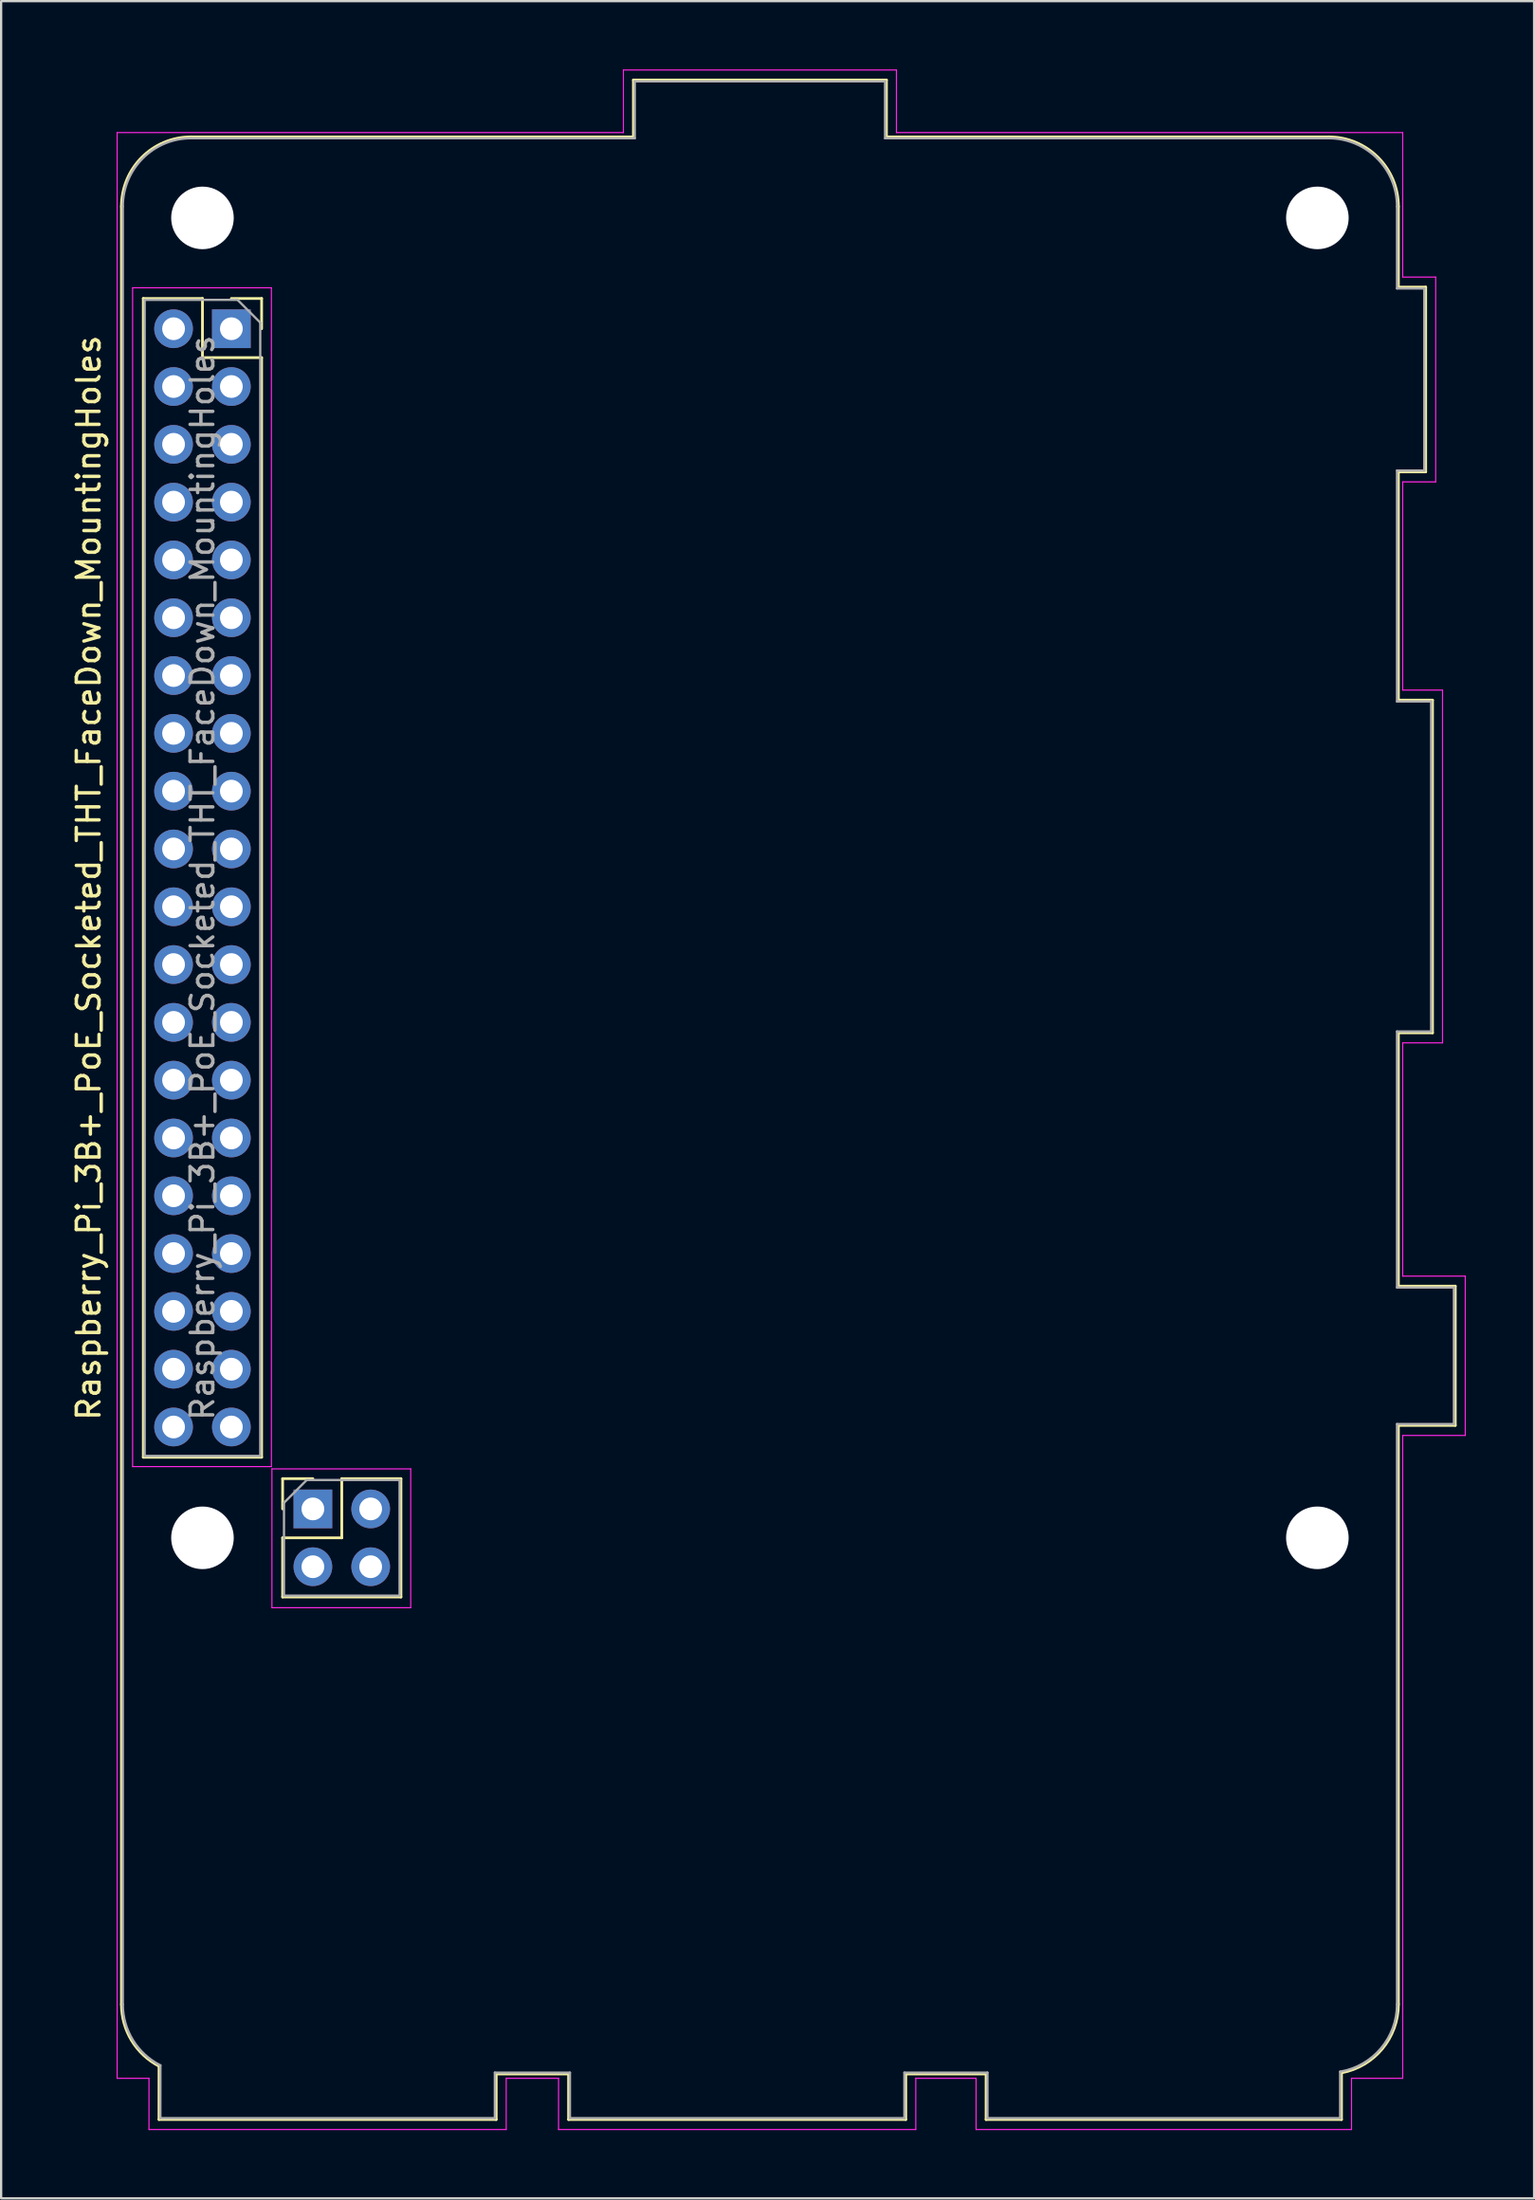
<source format=kicad_pcb>
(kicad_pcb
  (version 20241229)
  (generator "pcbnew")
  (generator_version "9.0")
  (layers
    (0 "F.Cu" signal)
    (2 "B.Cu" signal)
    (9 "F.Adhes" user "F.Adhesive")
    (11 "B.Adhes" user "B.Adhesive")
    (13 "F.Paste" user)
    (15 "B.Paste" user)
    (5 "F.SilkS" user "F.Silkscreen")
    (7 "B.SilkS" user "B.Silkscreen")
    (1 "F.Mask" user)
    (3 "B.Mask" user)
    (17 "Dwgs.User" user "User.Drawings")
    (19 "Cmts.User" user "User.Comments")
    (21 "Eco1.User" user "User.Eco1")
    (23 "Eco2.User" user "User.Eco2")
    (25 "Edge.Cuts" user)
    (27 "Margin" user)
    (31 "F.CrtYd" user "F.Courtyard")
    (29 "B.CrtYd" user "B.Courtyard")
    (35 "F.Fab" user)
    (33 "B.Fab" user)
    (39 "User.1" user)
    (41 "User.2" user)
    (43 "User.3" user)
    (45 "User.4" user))
  (footprint "Raspberry_Pi_3B+_PoE_Socketed_THT_FaceDown_MountingHoles"
    (layer "F.Cu")
    (at 7.118 11.395)
    (property "Reference" "Raspberry_Pi_3B+_PoE_Socketed_THT_FaceDown_MountingHoles" (at -6.27 24.13 90) (layer "F.SilkS") (effects (font (size 1 1) (thickness 0.15))))
    (attr through_hole)
    (fp_line (start -4.83 73.63) (end -4.83 -5.37) (stroke (width 0.12) (type solid)) (layer "F.SilkS"))
    (fp_line (start -3.87 -1.33) (end -3.87 49.59) (stroke (width 0.12) (type solid)) (layer "F.SilkS"))
    (fp_line (start -3.87 -1.33) (end -1.27 -1.33) (stroke (width 0.12) (type solid)) (layer "F.SilkS"))
    (fp_line (start -3.87 49.59) (end 1.33 49.59) (stroke (width 0.12) (type solid)) (layer "F.SilkS"))
    (fp_line (start -3.18 78.69) (end -3.178 76.347) (stroke (width 0.12) (type solid)) (layer "F.SilkS"))
    (fp_line (start -1.77 -8.43) (end 17.67 -8.43) (stroke (width 0.12) (type solid)) (layer "F.SilkS"))
    (fp_line (start -1.27 -1.33) (end -1.27 1.27) (stroke (width 0.12) (type solid)) (layer "F.SilkS"))
    (fp_line (start -1.27 1.27) (end 1.33 1.27) (stroke (width 0.12) (type solid)) (layer "F.SilkS"))
    (fp_line (start 0 -1.33) (end 1.33 -1.33) (stroke (width 0.12) (type solid)) (layer "F.SilkS"))
    (fp_line (start 1.33 -1.33) (end 1.33 0) (stroke (width 0.12) (type solid)) (layer "F.SilkS"))
    (fp_line (start 1.33 1.27) (end 1.33 49.59) (stroke (width 0.12) (type solid)) (layer "F.SilkS"))
    (fp_line (start 2.253 50.53) (end 3.583 50.53) (stroke (width 0.12) (type solid)) (layer "F.SilkS"))
    (fp_line (start 2.253 51.86) (end 2.253 50.53) (stroke (width 0.12) (type solid)) (layer "F.SilkS"))
    (fp_line (start 2.253 53.13) (end 4.853 53.13) (stroke (width 0.12) (type solid)) (layer "F.SilkS"))
    (fp_line (start 2.253 55.73) (end 2.253 53.13) (stroke (width 0.12) (type solid)) (layer "F.SilkS"))
    (fp_line (start 2.253 55.73) (end 7.453 55.73) (stroke (width 0.12) (type solid)) (layer "F.SilkS"))
    (fp_line (start 4.853 50.53) (end 7.453 50.53) (stroke (width 0.12) (type solid)) (layer "F.SilkS"))
    (fp_line (start 4.853 53.13) (end 4.853 50.53) (stroke (width 0.12) (type solid)) (layer "F.SilkS"))
    (fp_line (start 7.453 55.73) (end 7.453 50.53) (stroke (width 0.12) (type solid)) (layer "F.SilkS"))
    (fp_line (start 11.64 76.69) (end 11.64 78.69) (stroke (width 0.12) (type solid)) (layer "F.SilkS"))
    (fp_line (start 11.64 78.69) (end -3.18 78.69) (stroke (width 0.12) (type solid)) (layer "F.SilkS"))
    (fp_line (start 14.82 76.69) (end 11.64 76.69) (stroke (width 0.12) (type solid)) (layer "F.SilkS"))
    (fp_line (start 14.82 78.69) (end 14.82 76.69) (stroke (width 0.12) (type solid)) (layer "F.SilkS"))
    (fp_line (start 17.67 -10.93) (end 17.67 -8.43) (stroke (width 0.12) (type solid)) (layer "F.SilkS"))
    (fp_line (start 28.79 -10.93) (end 17.67 -10.93) (stroke (width 0.12) (type solid)) (layer "F.SilkS"))
    (fp_line (start 28.79 -8.43) (end 28.79 -10.93) (stroke (width 0.12) (type solid)) (layer "F.SilkS"))
    (fp_line (start 29.64 76.69) (end 29.64 78.69) (stroke (width 0.12) (type solid)) (layer "F.SilkS"))
    (fp_line (start 29.64 78.69) (end 14.82 78.69) (stroke (width 0.12) (type solid)) (layer "F.SilkS"))
    (fp_line (start 33.17 76.69) (end 29.64 76.69) (stroke (width 0.12) (type solid)) (layer "F.SilkS"))
    (fp_line (start 33.17 78.69) (end 33.17 76.69) (stroke (width 0.12) (type solid)) (layer "F.SilkS"))
    (fp_line (start 48.23 -8.43) (end 28.79 -8.43) (stroke (width 0.12) (type solid)) (layer "F.SilkS"))
    (fp_line (start 48.79 78.69) (end 33.17 78.69) (stroke (width 0.12) (type solid)) (layer "F.SilkS"))
    (fp_line (start 48.79 78.69) (end 48.79 76.638) (stroke (width 0.12) (type solid)) (layer "F.SilkS"))
    (fp_line (start 51.29 -5.37) (end 51.29 -1.83) (stroke (width 0.12) (type solid)) (layer "F.SilkS"))
    (fp_line (start 51.29 -1.83) (end 52.49 -1.83) (stroke (width 0.12) (type solid)) (layer "F.SilkS"))
    (fp_line (start 51.29 6.29) (end 51.29 16.32) (stroke (width 0.12) (type solid)) (layer "F.SilkS"))
    (fp_line (start 51.29 16.32) (end 52.79 16.32) (stroke (width 0.12) (type solid)) (layer "F.SilkS"))
    (fp_line (start 51.29 30.94) (end 51.29 42.07) (stroke (width 0.12) (type solid)) (layer "F.SilkS"))
    (fp_line (start 51.29 42.07) (end 53.79 42.07) (stroke (width 0.12) (type solid)) (layer "F.SilkS"))
    (fp_line (start 51.29 48.19) (end 51.29 73.63) (stroke (width 0.12) (type solid)) (layer "F.SilkS"))
    (fp_line (start 52.49 -1.83) (end 52.49 6.29) (stroke (width 0.12) (type solid)) (layer "F.SilkS"))
    (fp_line (start 52.49 6.29) (end 51.29 6.29) (stroke (width 0.12) (type solid)) (layer "F.SilkS"))
    (fp_line (start 52.79 16.32) (end 52.79 30.94) (stroke (width 0.12) (type solid)) (layer "F.SilkS"))
    (fp_line (start 52.79 30.94) (end 51.29 30.94) (stroke (width 0.12) (type solid)) (layer "F.SilkS"))
    (fp_line (start 53.79 42.07) (end 53.79 48.19) (stroke (width 0.12) (type solid)) (layer "F.SilkS"))
    (fp_line (start 53.79 48.19) (end 51.29 48.19) (stroke (width 0.12) (type solid)) (layer "F.SilkS"))
    (fp_arc (start -4.83 -5.37) (mid -3.933747 -7.533747) (end -1.77 -8.43) (stroke (width 0.12) (type solid)) (layer "F.SilkS"))
    (fp_arc (start -3.178211 76.346715) (mid -4.384644 75.219728) (end -4.83 73.63) (stroke (width 0.12) (type solid)) (layer "F.SilkS"))
    (fp_arc (start 48.23 -8.43) (mid 50.393747 -7.533747) (end 51.29 -5.37) (stroke (width 0.12) (type solid)) (layer "F.SilkS"))
    (fp_arc (start 51.29 73.63) (mid 50.583325 75.585879) (end 48.789698 76.638378) (stroke (width 0.12) (type solid)) (layer "F.SilkS"))
    (fp_line (start -5.02 -8.62) (end 17.23 -8.62) (stroke (width 0.05) (type solid)) (layer "F.CrtYd"))
    (fp_line (start -5.02 76.88) (end -5.02 -8.62) (stroke (width 0.05) (type solid)) (layer "F.CrtYd"))
    (fp_line (start -4.34 -1.8) (end 1.76 -1.8) (stroke (width 0.05) (type solid)) (layer "F.CrtYd"))
    (fp_line (start -4.34 50) (end -4.34 -1.8) (stroke (width 0.05) (type solid)) (layer "F.CrtYd"))
    (fp_line (start -3.62 76.88) (end -5.02 76.88) (stroke (width 0.05) (type solid)) (layer "F.CrtYd"))
    (fp_line (start -3.62 79.13) (end -3.62 76.88) (stroke (width 0.05) (type solid)) (layer "F.CrtYd"))
    (fp_line (start 1.76 -1.8) (end 1.76 50) (stroke (width 0.05) (type solid)) (layer "F.CrtYd"))
    (fp_line (start 1.76 50) (end -4.34 50) (stroke (width 0.05) (type solid)) (layer "F.CrtYd"))
    (fp_line (start 1.783 50.1) (end 7.883 50.1) (stroke (width 0.05) (type solid)) (layer "F.CrtYd"))
    (fp_line (start 1.783 56.2) (end 1.783 50.1) (stroke (width 0.05) (type solid)) (layer "F.CrtYd"))
    (fp_line (start 7.883 50.1) (end 7.883 56.2) (stroke (width 0.05) (type solid)) (layer "F.CrtYd"))
    (fp_line (start 7.883 56.2) (end 1.783 56.2) (stroke (width 0.05) (type solid)) (layer "F.CrtYd"))
    (fp_line (start 12.08 76.88) (end 12.08 79.13) (stroke (width 0.05) (type solid)) (layer "F.CrtYd"))
    (fp_line (start 12.08 79.13) (end -3.62 79.13) (stroke (width 0.05) (type solid)) (layer "F.CrtYd"))
    (fp_line (start 14.38 76.88) (end 12.08 76.88) (stroke (width 0.05) (type solid)) (layer "F.CrtYd"))
    (fp_line (start 14.38 79.13) (end 14.38 76.88) (stroke (width 0.05) (type solid)) (layer "F.CrtYd"))
    (fp_line (start 17.23 -11.37) (end 29.23 -11.37) (stroke (width 0.05) (type solid)) (layer "F.CrtYd"))
    (fp_line (start 17.23 -8.62) (end 17.23 -11.37) (stroke (width 0.05) (type solid)) (layer "F.CrtYd"))
    (fp_line (start 29.23 -11.37) (end 29.23 -8.62) (stroke (width 0.05) (type solid)) (layer "F.CrtYd"))
    (fp_line (start 29.23 -8.62) (end 51.48 -8.62) (stroke (width 0.05) (type solid)) (layer "F.CrtYd"))
    (fp_line (start 30.08 76.88) (end 30.08 79.13) (stroke (width 0.05) (type solid)) (layer "F.CrtYd"))
    (fp_line (start 30.08 79.13) (end 14.38 79.13) (stroke (width 0.05) (type solid)) (layer "F.CrtYd"))
    (fp_line (start 32.73 76.88) (end 30.08 76.88) (stroke (width 0.05) (type solid)) (layer "F.CrtYd"))
    (fp_line (start 32.73 79.13) (end 32.73 76.88) (stroke (width 0.05) (type solid)) (layer "F.CrtYd"))
    (fp_line (start 49.23 76.88) (end 49.23 79.13) (stroke (width 0.05) (type solid)) (layer "F.CrtYd"))
    (fp_line (start 49.23 79.13) (end 32.73 79.13) (stroke (width 0.05) (type solid)) (layer "F.CrtYd"))
    (fp_line (start 51.48 -8.62) (end 51.48 -2.27) (stroke (width 0.05) (type solid)) (layer "F.CrtYd"))
    (fp_line (start 51.48 -2.27) (end 52.93 -2.27) (stroke (width 0.05) (type solid)) (layer "F.CrtYd"))
    (fp_line (start 51.48 6.73) (end 51.48 15.88) (stroke (width 0.05) (type solid)) (layer "F.CrtYd"))
    (fp_line (start 51.48 15.88) (end 53.23 15.88) (stroke (width 0.05) (type solid)) (layer "F.CrtYd"))
    (fp_line (start 51.48 31.38) (end 51.48 41.63) (stroke (width 0.05) (type solid)) (layer "F.CrtYd"))
    (fp_line (start 51.48 41.63) (end 54.23 41.63) (stroke (width 0.05) (type solid)) (layer "F.CrtYd"))
    (fp_line (start 51.48 48.63) (end 51.48 76.88) (stroke (width 0.05) (type solid)) (layer "F.CrtYd"))
    (fp_line (start 51.48 76.88) (end 49.23 76.88) (stroke (width 0.05) (type solid)) (layer "F.CrtYd"))
    (fp_line (start 52.93 -2.27) (end 52.93 6.73) (stroke (width 0.05) (type solid)) (layer "F.CrtYd"))
    (fp_line (start 52.93 6.73) (end 51.48 6.73) (stroke (width 0.05) (type solid)) (layer "F.CrtYd"))
    (fp_line (start 53.23 15.88) (end 53.23 31.38) (stroke (width 0.05) (type solid)) (layer "F.CrtYd"))
    (fp_line (start 53.23 31.38) (end 51.48 31.38) (stroke (width 0.05) (type solid)) (layer "F.CrtYd"))
    (fp_line (start 54.23 41.63) (end 54.23 48.63) (stroke (width 0.05) (type solid)) (layer "F.CrtYd"))
    (fp_line (start 54.23 48.63) (end 51.48 48.63) (stroke (width 0.05) (type solid)) (layer "F.CrtYd"))
    (fp_line (start -4.77 73.63) (end -4.77 -5.37) (stroke (width 0.1) (type solid)) (layer "F.Fab"))
    (fp_line (start -3.81 -1.27) (end 0.27 -1.27) (stroke (width 0.1) (type solid)) (layer "F.Fab"))
    (fp_line (start -3.81 49.53) (end -3.81 -1.27) (stroke (width 0.1) (type solid)) (layer "F.Fab"))
    (fp_line (start -3.12 78.63) (end 11.58 78.63) (stroke (width 0.1) (type solid)) (layer "F.Fab"))
    (fp_line (start -3.118 76.31) (end -3.12 78.63) (stroke (width 0.1) (type solid)) (layer "F.Fab"))
    (fp_line (start -1.77 -8.37) (end 17.73 -8.37) (stroke (width 0.1) (type solid)) (layer "F.Fab"))
    (fp_line (start 0.27 -1.27) (end 1.27 -0.27) (stroke (width 0.1) (type solid)) (layer "F.Fab"))
    (fp_line (start 1.27 -0.27) (end 1.27 49.53) (stroke (width 0.1) (type solid)) (layer "F.Fab"))
    (fp_line (start 1.27 49.53) (end -3.81 49.53) (stroke (width 0.1) (type solid)) (layer "F.Fab"))
    (fp_line (start 2.313 51.59) (end 3.313 50.59) (stroke (width 0.1) (type solid)) (layer "F.Fab"))
    (fp_line (start 2.313 55.67) (end 2.313 51.59) (stroke (width 0.1) (type solid)) (layer "F.Fab"))
    (fp_line (start 3.313 50.59) (end 7.393 50.59) (stroke (width 0.1) (type solid)) (layer "F.Fab"))
    (fp_line (start 7.393 50.59) (end 7.393 55.67) (stroke (width 0.1) (type solid)) (layer "F.Fab"))
    (fp_line (start 7.393 55.67) (end 2.313 55.67) (stroke (width 0.1) (type solid)) (layer "F.Fab"))
    (fp_line (start 11.58 76.63) (end 14.88 76.63) (stroke (width 0.1) (type solid)) (layer "F.Fab"))
    (fp_line (start 11.58 78.63) (end 11.58 76.63) (stroke (width 0.1) (type solid)) (layer "F.Fab"))
    (fp_line (start 14.88 76.63) (end 14.88 78.63) (stroke (width 0.1) (type solid)) (layer "F.Fab"))
    (fp_line (start 14.88 78.63) (end 29.58 78.63) (stroke (width 0.1) (type solid)) (layer "F.Fab"))
    (fp_line (start 17.73 -10.87) (end 17.73 -8.37) (stroke (width 0.1) (type solid)) (layer "F.Fab"))
    (fp_line (start 28.73 -10.87) (end 17.73 -10.87) (stroke (width 0.1) (type solid)) (layer "F.Fab"))
    (fp_line (start 28.73 -8.37) (end 28.73 -10.87) (stroke (width 0.1) (type solid)) (layer "F.Fab"))
    (fp_line (start 29.58 76.63) (end 33.23 76.63) (stroke (width 0.1) (type solid)) (layer "F.Fab"))
    (fp_line (start 29.58 78.63) (end 29.58 76.63) (stroke (width 0.1) (type solid)) (layer "F.Fab"))
    (fp_line (start 33.23 76.63) (end 33.23 78.63) (stroke (width 0.1) (type solid)) (layer "F.Fab"))
    (fp_line (start 33.23 78.63) (end 48.73 78.63) (stroke (width 0.1) (type solid)) (layer "F.Fab"))
    (fp_line (start 48.23 -8.37) (end 28.73 -8.37) (stroke (width 0.1) (type solid)) (layer "F.Fab"))
    (fp_line (start 48.73 78.63) (end 48.73 76.588) (stroke (width 0.1) (type solid)) (layer "F.Fab"))
    (fp_line (start 51.23 -5.37) (end 51.23 -1.77) (stroke (width 0.1) (type solid)) (layer "F.Fab"))
    (fp_line (start 51.23 -1.77) (end 52.43 -1.77) (stroke (width 0.1) (type solid)) (layer "F.Fab"))
    (fp_line (start 51.23 6.23) (end 51.23 16.38) (stroke (width 0.1) (type solid)) (layer "F.Fab"))
    (fp_line (start 51.23 16.38) (end 52.73 16.38) (stroke (width 0.1) (type solid)) (layer "F.Fab"))
    (fp_line (start 51.23 30.88) (end 51.23 42.13) (stroke (width 0.1) (type solid)) (layer "F.Fab"))
    (fp_line (start 51.23 42.13) (end 53.73 42.13) (stroke (width 0.1) (type solid)) (layer "F.Fab"))
    (fp_line (start 51.23 48.13) (end 51.23 73.63) (stroke (width 0.1) (type solid)) (layer "F.Fab"))
    (fp_line (start 52.43 -1.77) (end 52.43 6.23) (stroke (width 0.1) (type solid)) (layer "F.Fab"))
    (fp_line (start 52.43 6.23) (end 51.23 6.23) (stroke (width 0.1) (type solid)) (layer "F.Fab"))
    (fp_line (start 52.73 16.38) (end 52.73 30.88) (stroke (width 0.1) (type solid)) (layer "F.Fab"))
    (fp_line (start 52.73 30.88) (end 51.23 30.88) (stroke (width 0.1) (type solid)) (layer "F.Fab"))
    (fp_line (start 53.73 42.13) (end 53.73 48.13) (stroke (width 0.1) (type solid)) (layer "F.Fab"))
    (fp_line (start 53.73 48.13) (end 51.23 48.13) (stroke (width 0.1) (type solid)) (layer "F.Fab"))
    (fp_arc (start -4.77 -5.37) (mid -3.89132 -7.49132) (end -1.77 -8.37) (stroke (width 0.1) (type solid)) (layer "F.Fab"))
    (fp_arc (start -3.117957 76.310114) (mid -4.323808 75.204187) (end -4.77 73.63) (stroke (width 0.1) (type solid)) (layer "F.Fab"))
    (fp_arc (start 48.23 -8.37) (mid 50.35132 -7.49132) (end 51.23 -5.37) (stroke (width 0.1) (type solid)) (layer "F.Fab"))
    (fp_arc (start 51.23 73.63) (mid 50.521388 75.566373) (end 48.730306 76.587988) (stroke (width 0.1) (type solid)) (layer "F.Fab"))
    (fp_text user "${REFERENCE}" (at -1.27 24.13 90) (layer "F.Fab") (effects (font (size 1 1) (thickness 0.15))))
    (pad "" np_thru_hole circle (at -1.27 -4.87 90) (size 2.75 2.75) (drill 2.75) (layers "*.Cu" "*.Mask"))
    (pad "" np_thru_hole circle (at -1.27 53.13 90) (size 2.75 2.75) (drill 2.75) (layers "*.Cu" "*.Mask"))
    (pad "" np_thru_hole circle (at 47.73 -4.87 90) (size 2.75 2.75) (drill 2.75) (layers "*.Cu" "*.Mask"))
    (pad "" np_thru_hole circle (at 47.73 53.13 90) (size 2.75 2.75) (drill 2.75) (layers "*.Cu" "*.Mask"))
    (pad "1" thru_hole rect (at 0 0) (size 1.7 1.7) (drill 1) (layers "*.Cu" "*.Mask"))
    (pad "2" thru_hole oval (at -2.54 0) (size 1.7 1.7) (drill 1) (layers "*.Cu" "*.Mask"))
    (pad "3" thru_hole oval (at 0 2.54) (size 1.7 1.7) (drill 1) (layers "*.Cu" "*.Mask"))
    (pad "4" thru_hole oval (at -2.54 2.54) (size 1.7 1.7) (drill 1) (layers "*.Cu" "*.Mask"))
    (pad "5" thru_hole oval (at 0 5.08) (size 1.7 1.7) (drill 1) (layers "*.Cu" "*.Mask"))
    (pad "6" thru_hole oval (at -2.54 5.08) (size 1.7 1.7) (drill 1) (layers "*.Cu" "*.Mask"))
    (pad "7" thru_hole oval (at 0 7.62) (size 1.7 1.7) (drill 1) (layers "*.Cu" "*.Mask"))
    (pad "8" thru_hole oval (at -2.54 7.62) (size 1.7 1.7) (drill 1) (layers "*.Cu" "*.Mask"))
    (pad "9" thru_hole oval (at 0 10.16) (size 1.7 1.7) (drill 1) (layers "*.Cu" "*.Mask"))
    (pad "10" thru_hole oval (at -2.54 10.16) (size 1.7 1.7) (drill 1) (layers "*.Cu" "*.Mask"))
    (pad "11" thru_hole oval (at 0 12.7) (size 1.7 1.7) (drill 1) (layers "*.Cu" "*.Mask"))
    (pad "12" thru_hole oval (at -2.54 12.7) (size 1.7 1.7) (drill 1) (layers "*.Cu" "*.Mask"))
    (pad "13" thru_hole oval (at 0 15.24) (size 1.7 1.7) (drill 1) (layers "*.Cu" "*.Mask"))
    (pad "14" thru_hole oval (at -2.54 15.24) (size 1.7 1.7) (drill 1) (layers "*.Cu" "*.Mask"))
    (pad "15" thru_hole oval (at 0 17.78) (size 1.7 1.7) (drill 1) (layers "*.Cu" "*.Mask"))
    (pad "16" thru_hole oval (at -2.54 17.78) (size 1.7 1.7) (drill 1) (layers "*.Cu" "*.Mask"))
    (pad "17" thru_hole oval (at 0 20.32) (size 1.7 1.7) (drill 1) (layers "*.Cu" "*.Mask"))
    (pad "18" thru_hole oval (at -2.54 20.32) (size 1.7 1.7) (drill 1) (layers "*.Cu" "*.Mask"))
    (pad "19" thru_hole oval (at 0 22.86) (size 1.7 1.7) (drill 1) (layers "*.Cu" "*.Mask"))
    (pad "20" thru_hole oval (at -2.54 22.86) (size 1.7 1.7) (drill 1) (layers "*.Cu" "*.Mask"))
    (pad "21" thru_hole oval (at 0 25.4) (size 1.7 1.7) (drill 1) (layers "*.Cu" "*.Mask"))
    (pad "22" thru_hole oval (at -2.54 25.4) (size 1.7 1.7) (drill 1) (layers "*.Cu" "*.Mask"))
    (pad "23" thru_hole oval (at 0 27.94) (size 1.7 1.7) (drill 1) (layers "*.Cu" "*.Mask"))
    (pad "24" thru_hole oval (at -2.54 27.94) (size 1.7 1.7) (drill 1) (layers "*.Cu" "*.Mask"))
    (pad "25" thru_hole oval (at 0 30.48) (size 1.7 1.7) (drill 1) (layers "*.Cu" "*.Mask"))
    (pad "26" thru_hole oval (at -2.54 30.48) (size 1.7 1.7) (drill 1) (layers "*.Cu" "*.Mask"))
    (pad "27" thru_hole oval (at 0 33.02) (size 1.7 1.7) (drill 1) (layers "*.Cu" "*.Mask"))
    (pad "28" thru_hole oval (at -2.54 33.02) (size 1.7 1.7) (drill 1) (layers "*.Cu" "*.Mask"))
    (pad "29" thru_hole oval (at 0 35.56) (size 1.7 1.7) (drill 1) (layers "*.Cu" "*.Mask"))
    (pad "30" thru_hole oval (at -2.54 35.56) (size 1.7 1.7) (drill 1) (layers "*.Cu" "*.Mask"))
    (pad "31" thru_hole oval (at 0 38.1) (size 1.7 1.7) (drill 1) (layers "*.Cu" "*.Mask"))
    (pad "32" thru_hole oval (at -2.54 38.1) (size 1.7 1.7) (drill 1) (layers "*.Cu" "*.Mask"))
    (pad "33" thru_hole oval (at 0 40.64) (size 1.7 1.7) (drill 1) (layers "*.Cu" "*.Mask"))
    (pad "34" thru_hole oval (at -2.54 40.64) (size 1.7 1.7) (drill 1) (layers "*.Cu" "*.Mask"))
    (pad "35" thru_hole oval (at 0 43.18) (size 1.7 1.7) (drill 1) (layers "*.Cu" "*.Mask"))
    (pad "36" thru_hole oval (at -2.54 43.18) (size 1.7 1.7) (drill 1) (layers "*.Cu" "*.Mask"))
    (pad "37" thru_hole oval (at 0 45.72) (size 1.7 1.7) (drill 1) (layers "*.Cu" "*.Mask"))
    (pad "38" thru_hole oval (at -2.54 45.72) (size 1.7 1.7) (drill 1) (layers "*.Cu" "*.Mask"))
    (pad "39" thru_hole oval (at 0 48.26) (size 1.7 1.7) (drill 1) (layers "*.Cu" "*.Mask"))
    (pad "40" thru_hole oval (at -2.54 48.26) (size 1.7 1.7) (drill 1) (layers "*.Cu" "*.Mask"))
    (pad "41" thru_hole rect (at 3.583 51.86 90) (size 1.7 1.7) (drill 1) (layers "*.Cu" "*.Mask"))
    (pad "42" thru_hole oval (at 3.583 54.4 90) (size 1.7 1.7) (drill 1) (layers "*.Cu" "*.Mask"))
    (pad "43" thru_hole oval (at 6.123 51.86 90) (size 1.7 1.7) (drill 1) (layers "*.Cu" "*.Mask"))
    (pad "44" thru_hole oval (at 6.123 54.4 90) (size 1.7 1.7) (drill 1) (layers "*.Cu" "*.Mask")))
  (gr_rect
    (start -3 -3)
    (end 64.373 93.55)
    (stroke (width 0.1) (type default))
    (fill no)
    (layer "Edge.Cuts")))
</source>
